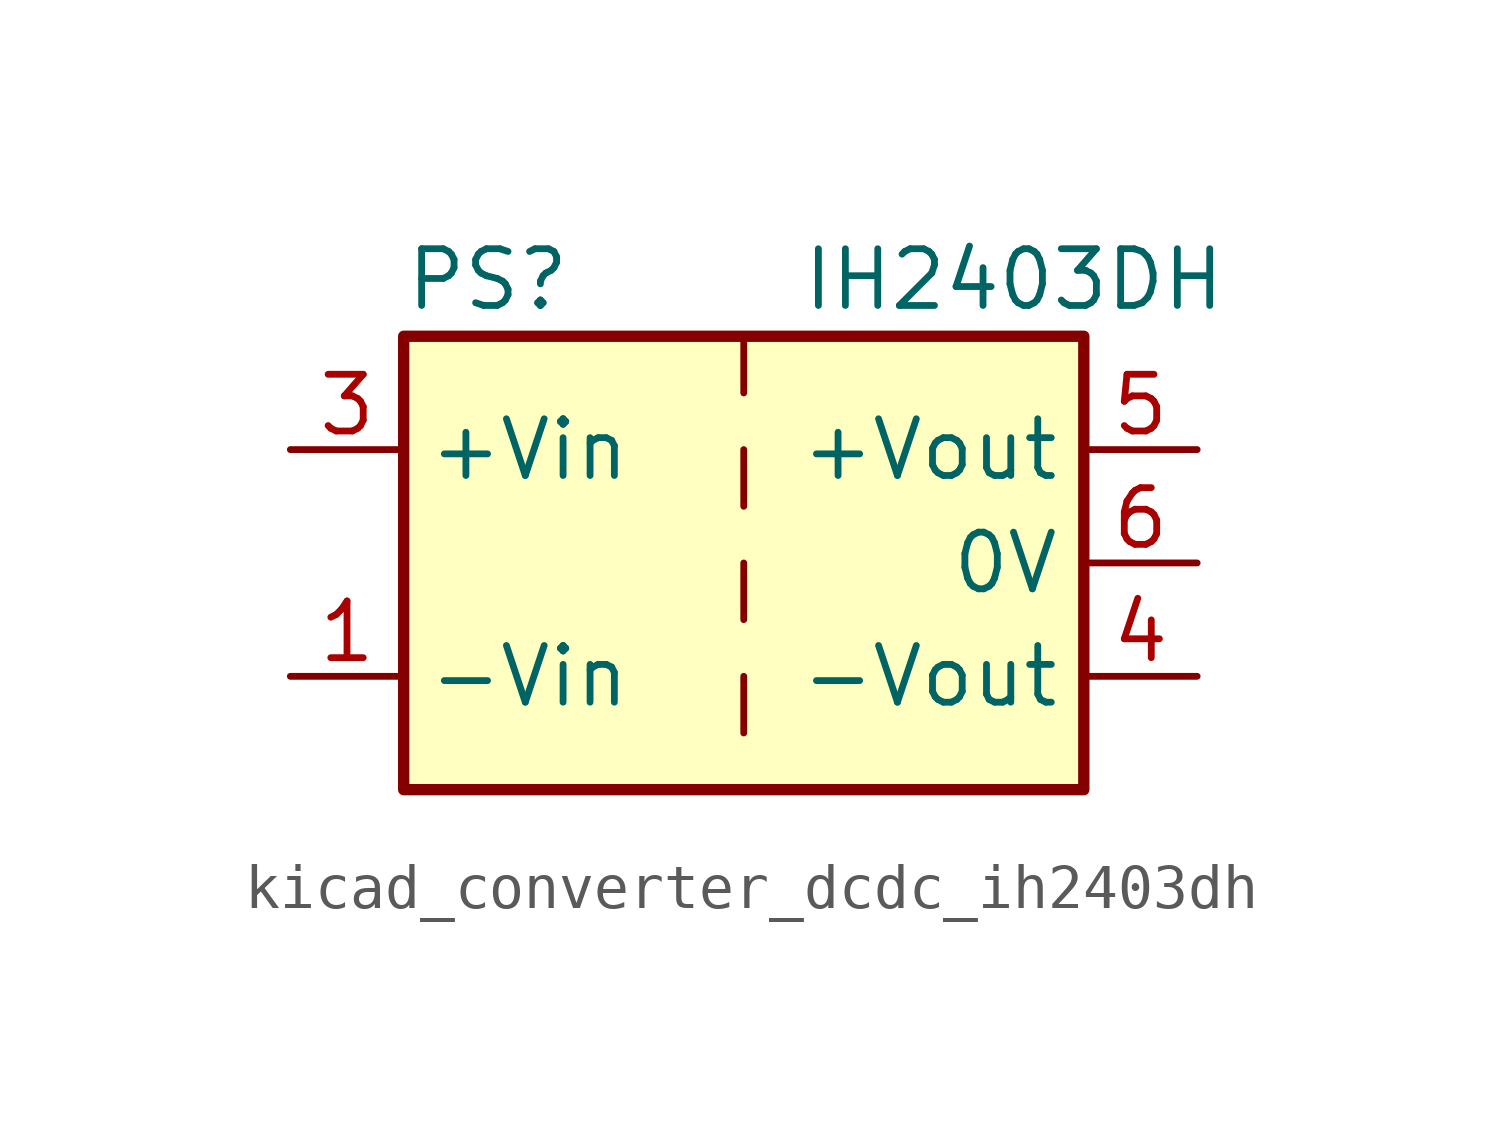
<source format=kicad_sym>
(kicad_symbol_lib
  (version 20220914)
  (generator kicad_symbol_editor)
  (symbol "kicad_converter_dcdc_ih2403dh"
    (property "Reference" "PS"
      (at -7.62 6.35 0)
      (effects (font (size 1.27 1.27)) (justify left)))
    (property "Value" "IH2403DH"
      (at 1.27 6.35 0)
      (effects (font (size 1.27 1.27)) (justify left)))
    (symbol "kicad_converter_dcdc_ih2403dh_0_0"
      (pin power_in line (at -10.16 -2.54 0) (length 2.54) (name "-Vin" (effects (font (size 1.27 1.27)))) (number "1" (effects (font (size 1.27 1.27)))))
      (pin power_in line (at -10.16 2.54 0) (length 2.54) (name "+Vin" (effects (font (size 1.27 1.27)))) (number "3" (effects (font (size 1.27 1.27)))))
      (pin power_out line (at 10.16 -2.54 180) (length 2.54) (name "-Vout" (effects (font (size 1.27 1.27)))) (number "4" (effects (font (size 1.27 1.27)))))
      (pin power_out line (at 10.16 2.54 180) (length 2.54) (name "+Vout" (effects (font (size 1.27 1.27)))) (number "5" (effects (font (size 1.27 1.27)))))
      (pin power_out line (at 10.16 0 180) (length 2.54) (name "0V" (effects (font (size 1.27 1.27)))) (number "6" (effects (font (size 1.27 1.27))))))
    (symbol "kicad_converter_dcdc_ih2403dh_0_1"
      (rectangle (start -7.62 5.08) (end 7.62 -5.08) (stroke (width 0.254) (type default)) (fill (type background)))
      (polyline (pts (xy 0 -2.54) (xy 0 -3.81)) (stroke (width 0) (type default)) (fill (type none)))
      (polyline (pts (xy 0 0) (xy 0 -1.27)) (stroke (width 0) (type default)) (fill (type none)))
      (polyline (pts (xy 0 2.54) (xy 0 1.27)) (stroke (width 0) (type default)) (fill (type none)))
      (polyline (pts (xy 0 5.08) (xy 0 3.81)) (stroke (width 0) (type default)) (fill (type none))))
    (symbol "kicad_converter_dcdc_ih2403dh_1_1"
      (pin no_connect line (at 0 -5.08 90) (length 2.54) hide (name "NC" (effects (font (size 1.27 1.27)))) (number "2" (effects (font (size 1.27 1.27))))))))
</source>
